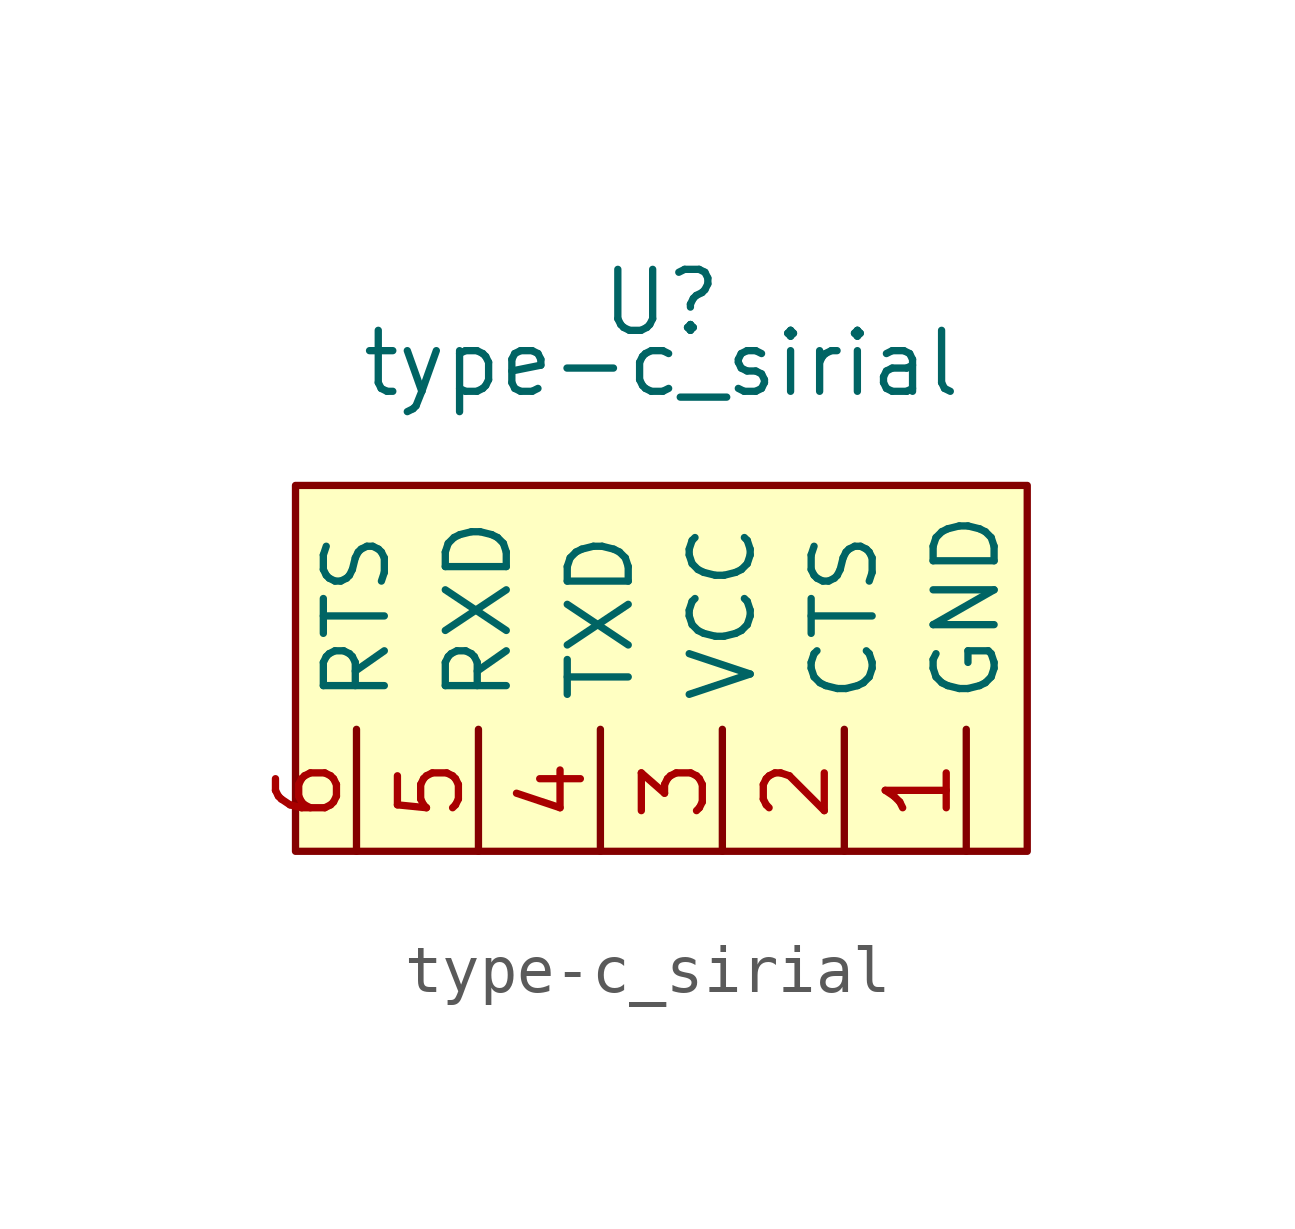
<source format=kicad_sym>
(kicad_symbol_lib
  (version 20211014)
  (generator kicad_symbol_editor)
  (symbol "type-c_sirial"
    (property "Reference" "U"
      (at 0 1.27 0)
      (effects (font (size 1.27 1.27))))
    (property "Value" "type-c_sirial"
      (at 0 0 0)
      (effects (font (size 1.27 1.27))))
    (symbol "type-c_sirial_0_1"
      (rectangle (start -7.62 -2.54) (end 7.62 -10.16) (stroke (width 0) (type default) (color 0 0 0 0)) (fill (type background))))
    (symbol "type-c_sirial_1_1"
      (pin bidirectional line (at 6.35 -10.16 90) (length 2.54) (name "GND" (effects (font (size 1.27 1.27)))) (number "1" (effects (font (size 1.27 1.27)))))
      (pin bidirectional line (at 3.81 -10.16 90) (length 2.54) (name "CTS" (effects (font (size 1.27 1.27)))) (number "2" (effects (font (size 1.27 1.27)))))
      (pin bidirectional line (at 1.27 -10.16 90) (length 2.54) (name "VCC" (effects (font (size 1.27 1.27)))) (number "3" (effects (font (size 1.27 1.27)))))
      (pin bidirectional line (at -1.27 -10.16 90) (length 2.54) (name "TXD" (effects (font (size 1.27 1.27)))) (number "4" (effects (font (size 1.27 1.27)))))
      (pin bidirectional line (at -3.81 -10.16 90) (length 2.54) (name "RXD" (effects (font (size 1.27 1.27)))) (number "5" (effects (font (size 1.27 1.27)))))
      (pin bidirectional line (at -6.35 -10.16 90) (length 2.54) (name "RTS" (effects (font (size 1.27 1.27)))) (number "6" (effects (font (size 1.27 1.27))))))))
</source>
